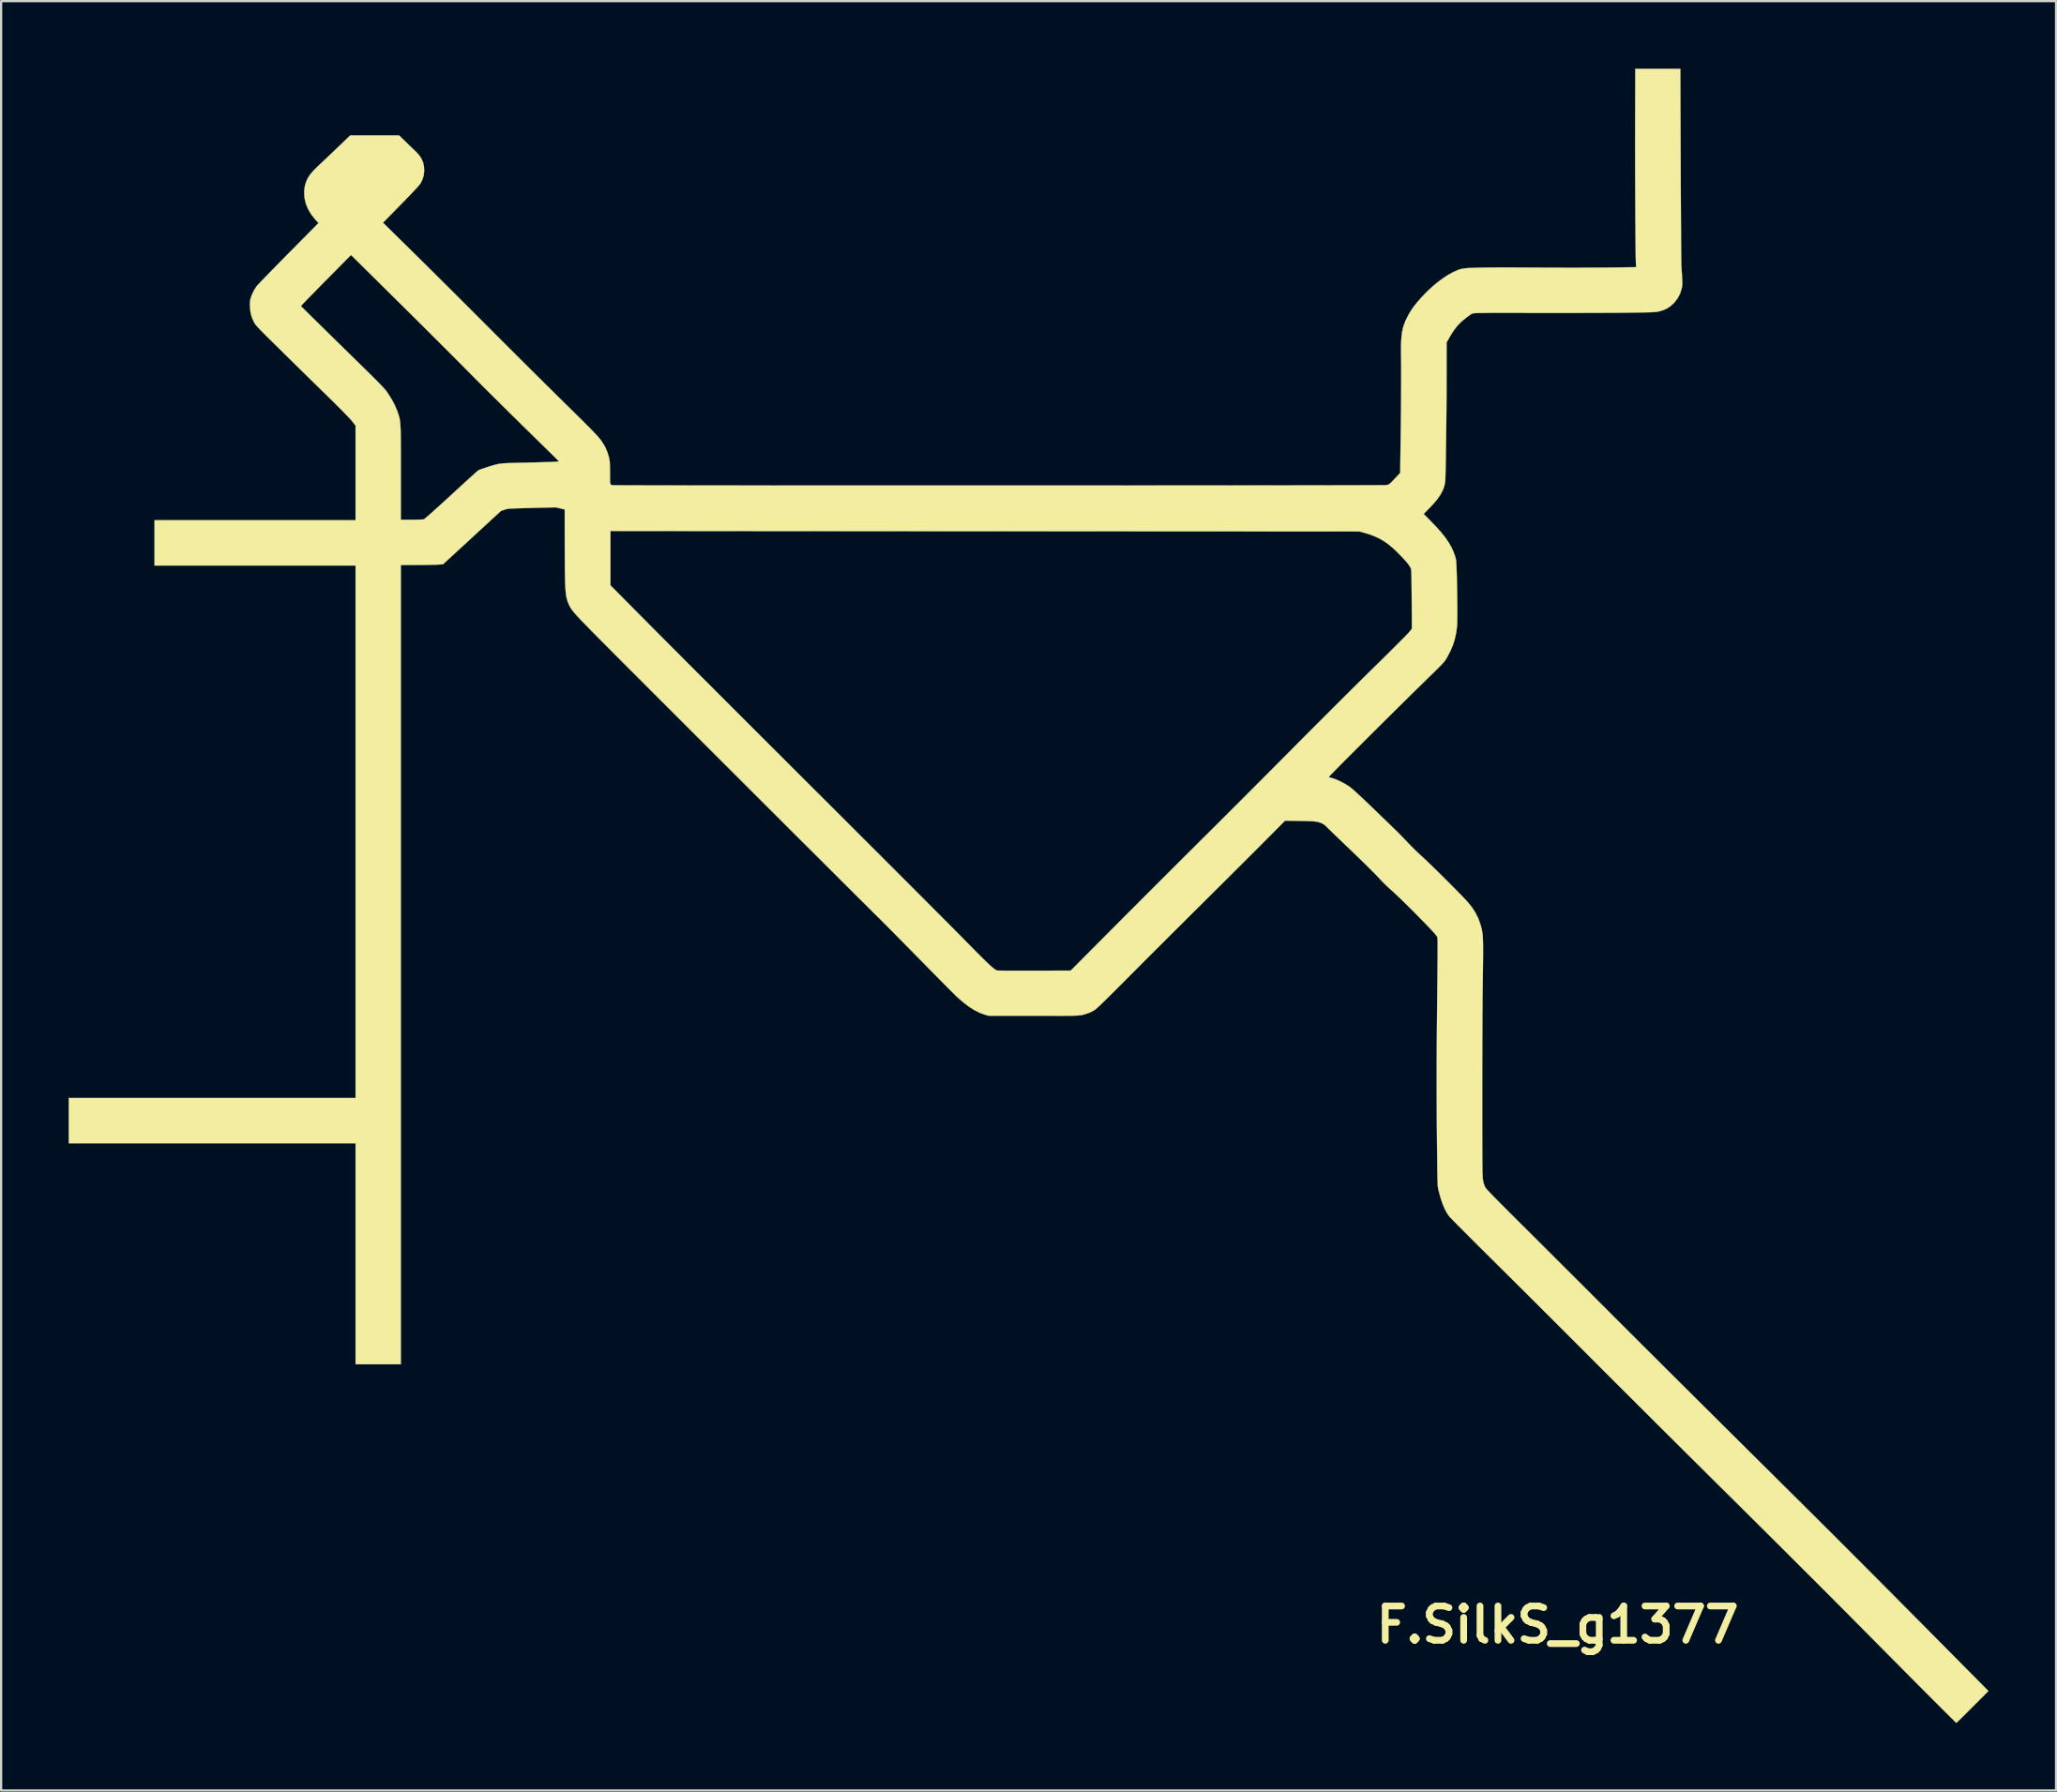
<source format=kicad_pcb>
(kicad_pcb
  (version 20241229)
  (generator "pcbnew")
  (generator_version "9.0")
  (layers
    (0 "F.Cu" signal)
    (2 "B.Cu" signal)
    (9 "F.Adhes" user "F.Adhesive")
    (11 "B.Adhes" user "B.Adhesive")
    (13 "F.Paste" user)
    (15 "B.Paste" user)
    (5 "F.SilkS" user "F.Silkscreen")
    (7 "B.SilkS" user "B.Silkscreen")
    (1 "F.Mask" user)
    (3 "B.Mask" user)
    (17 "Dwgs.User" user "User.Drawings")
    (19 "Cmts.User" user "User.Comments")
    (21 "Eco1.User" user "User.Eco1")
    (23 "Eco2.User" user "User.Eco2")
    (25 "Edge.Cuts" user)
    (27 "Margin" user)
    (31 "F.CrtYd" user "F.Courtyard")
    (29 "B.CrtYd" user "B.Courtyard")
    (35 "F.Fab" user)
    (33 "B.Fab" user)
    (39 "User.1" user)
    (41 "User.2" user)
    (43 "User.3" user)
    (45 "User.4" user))
  (footprint "F.SilkS_g1377"
    (layer "F.Cu")
    (at 66.151 69.156)
    (property "Reference" "F.SilkS_g1377" (at 0 0 0) (layer "F.SilkS") (effects (font (size 1.524 1.524) (thickness 0.3))))
    (attr through_hole)
    (fp_poly (pts (xy 5.469 -64.892) (xy 5.47 -64.466) (xy 5.472 -64.049) (xy 5.474 -63.643) (xy 5.476 -63.25) (xy 5.478 -62.872) (xy 5.48 -62.512) (xy 5.482 -62.172) (xy 5.484 -61.854) (xy 5.486 -61.56) (xy 5.489 -61.292) (xy 5.491 -61.053) (xy 5.493 -60.844) (xy 5.495 -60.668) (xy 5.497 -60.527) (xy 5.5 -60.424) (xy 5.502 -60.359) (xy 5.502 -60.346) (xy 5.516 -60.143) (xy 5.526 -59.977) (xy 5.534 -59.843) (xy 5.539 -59.736) (xy 5.542 -59.652) (xy 5.542 -59.586) (xy 5.539 -59.532) (xy 5.534 -59.485) (xy 5.527 -59.442) (xy 5.517 -59.395) (xy 5.515 -59.386) (xy 5.443 -59.158) (xy 5.334 -58.949) (xy 5.187 -58.76) (xy 5.145 -58.716) (xy 5.005 -58.592) (xy 4.86 -58.497) (xy 4.698 -58.424) (xy 4.54 -58.375) (xy 4.501 -58.365) (xy 4.461 -58.356) (xy 4.417 -58.349) (xy 4.365 -58.343) (xy 4.3 -58.338) (xy 4.219 -58.333) (xy 4.119 -58.329) (xy 3.995 -58.326) (xy 3.843 -58.322) (xy 3.66 -58.319) (xy 3.442 -58.315) (xy 3.217 -58.312) (xy 3.05 -58.309) (xy 2.845 -58.307) (xy 2.605 -58.305) (xy 2.334 -58.304) (xy 2.036 -58.302) (xy 1.716 -58.301) (xy 1.376 -58.3) (xy 1.022 -58.299) (xy 0.656 -58.298) (xy 0.283 -58.298) (xy -0.094 -58.298) (xy -0.47 -58.298) (xy -0.836 -58.299) (xy -1.246 -58.299) (xy -1.616 -58.3) (xy -1.948 -58.3) (xy -2.244 -58.3) (xy -2.506 -58.3) (xy -2.736 -58.3) (xy -2.936 -58.3) (xy -3.109 -58.299) (xy -3.257 -58.298) (xy -3.381 -58.296) (xy -3.485 -58.295) (xy -3.569 -58.293) (xy -3.636 -58.29) (xy -3.689 -58.287) (xy -3.729 -58.284) (xy -3.758 -58.28) (xy -3.779 -58.276) (xy -3.793 -58.271) (xy -3.801 -58.268) (xy -3.879 -58.219) (xy -3.977 -58.15) (xy -4.085 -58.066) (xy -4.194 -57.978) (xy -4.292 -57.891) (xy -4.342 -57.845) (xy -4.485 -57.687) (xy -4.626 -57.498) (xy -4.768 -57.274) (xy -4.817 -57.189) (xy -4.932 -56.985) (xy -4.932 -55.644) (xy -4.932 -55.36) (xy -4.933 -55.062) (xy -4.934 -54.753) (xy -4.936 -54.436) (xy -4.938 -54.114) (xy -4.941 -53.79) (xy -4.944 -53.468) (xy -4.947 -53.15) (xy -4.951 -52.839) (xy -4.955 -52.538) (xy -4.959 -52.251) (xy -4.963 -51.979) (xy -4.967 -51.728) (xy -4.972 -51.498) (xy -4.976 -51.294) (xy -4.981 -51.119) (xy -4.985 -50.975) (xy -4.99 -50.865) (xy -4.994 -50.793) (xy -4.997 -50.77) (xy -5.036 -50.589) (xy -5.104 -50.409) (xy -5.201 -50.227) (xy -5.33 -50.039) (xy -5.494 -49.84) (xy -5.664 -49.658) (xy -5.95 -49.365) (xy -5.647 -49.061) (xy -5.398 -48.803) (xy -5.183 -48.561) (xy -5.001 -48.334) (xy -4.85 -48.116) (xy -4.726 -47.906) (xy -4.629 -47.698) (xy -4.554 -47.491) (xy -4.517 -47.35) (xy -4.509 -47.298) (xy -4.502 -47.209) (xy -4.495 -47.086) (xy -4.489 -46.935) (xy -4.483 -46.76) (xy -4.477 -46.565) (xy -4.471 -46.355) (xy -4.467 -46.135) (xy -4.462 -45.909) (xy -4.459 -45.682) (xy -4.457 -45.458) (xy -4.455 -45.242) (xy -4.454 -45.039) (xy -4.455 -44.852) (xy -4.456 -44.687) (xy -4.459 -44.548) (xy -4.463 -44.44) (xy -4.467 -44.376) (xy -4.506 -44.079) (xy -4.565 -43.806) (xy -4.647 -43.545) (xy -4.757 -43.284) (xy -4.898 -43.013) (xy -4.905 -43) (xy -4.931 -42.955) (xy -4.956 -42.913) (xy -4.982 -42.873) (xy -5.013 -42.831) (xy -5.051 -42.785) (xy -5.098 -42.731) (xy -5.158 -42.668) (xy -5.232 -42.591) (xy -5.324 -42.499) (xy -5.435 -42.388) (xy -5.57 -42.255) (xy -5.73 -42.099) (xy -5.891 -41.942) (xy -6.094 -41.743) (xy -6.309 -41.532) (xy -6.533 -41.312) (xy -6.765 -41.083) (xy -7.002 -40.849) (xy -7.244 -40.61) (xy -7.487 -40.369) (xy -7.731 -40.127) (xy -7.974 -39.886) (xy -8.212 -39.649) (xy -8.446 -39.416) (xy -8.672 -39.191) (xy -8.89 -38.973) (xy -9.096 -38.767) (xy -9.29 -38.572) (xy -9.47 -38.392) (xy -9.633 -38.228) (xy -9.777 -38.081) (xy -9.902 -37.955) (xy -10.005 -37.849) (xy -10.084 -37.767) (xy -10.138 -37.71) (xy -10.164 -37.681) (xy -10.166 -37.677) (xy -10.138 -37.664) (xy -10.082 -37.646) (xy -10.008 -37.625) (xy -10.006 -37.625) (xy -9.881 -37.583) (xy -9.735 -37.521) (xy -9.578 -37.444) (xy -9.423 -37.358) (xy -9.28 -37.268) (xy -9.181 -37.196) (xy -9.128 -37.152) (xy -9.048 -37.082) (xy -8.946 -36.989) (xy -8.825 -36.878) (xy -8.69 -36.753) (xy -8.545 -36.616) (xy -8.393 -36.472) (xy -8.26 -36.344) (xy -8.034 -36.126) (xy -7.835 -35.934) (xy -7.661 -35.766) (xy -7.509 -35.619) (xy -7.378 -35.491) (xy -7.263 -35.379) (xy -7.162 -35.28) (xy -7.072 -35.191) (xy -6.991 -35.11) (xy -6.916 -35.033) (xy -6.844 -34.959) (xy -6.773 -34.885) (xy -6.699 -34.808) (xy -6.639 -34.744) (xy -6.519 -34.62) (xy -6.386 -34.486) (xy -6.25 -34.354) (xy -6.122 -34.232) (xy -6.011 -34.131) (xy -6.001 -34.121) (xy -5.918 -34.046) (xy -5.81 -33.944) (xy -5.68 -33.82) (xy -5.534 -33.678) (xy -5.374 -33.522) (xy -5.206 -33.357) (xy -5.033 -33.185) (xy -4.86 -33.012) (xy -4.69 -32.842) (xy -4.528 -32.678) (xy -4.378 -32.525) (xy -4.244 -32.387) (xy -4.13 -32.268) (xy -4.04 -32.172) (xy -4.018 -32.147) (xy -3.818 -31.904) (xy -3.656 -31.658) (xy -3.527 -31.402) (xy -3.428 -31.128) (xy -3.398 -31.022) (xy -3.382 -30.957) (xy -3.368 -30.896) (xy -3.355 -30.835) (xy -3.344 -30.77) (xy -3.335 -30.7) (xy -3.328 -30.621) (xy -3.322 -30.531) (xy -3.317 -30.426) (xy -3.314 -30.304) (xy -3.312 -30.162) (xy -3.311 -29.997) (xy -3.312 -29.806) (xy -3.313 -29.586) (xy -3.316 -29.335) (xy -3.319 -29.05) (xy -3.323 -28.727) (xy -3.327 -28.446) (xy -3.329 -28.233) (xy -3.332 -27.988) (xy -3.334 -27.714) (xy -3.336 -27.414) (xy -3.338 -27.092) (xy -3.34 -26.749) (xy -3.341 -26.389) (xy -3.343 -26.015) (xy -3.344 -25.629) (xy -3.345 -25.235) (xy -3.346 -24.835) (xy -3.347 -24.432) (xy -3.347 -24.03) (xy -3.348 -23.631) (xy -3.348 -23.237) (xy -3.348 -22.853) (xy -3.348 -22.48) (xy -3.347 -22.122) (xy -3.347 -21.782) (xy -3.346 -21.462) (xy -3.345 -21.165) (xy -3.344 -20.895) (xy -3.342 -20.654) (xy -3.341 -20.445) (xy -3.339 -20.271) (xy -3.337 -20.134) (xy -3.335 -20.077) (xy -3.329 -19.912) (xy -3.317 -19.78) (xy -3.297 -19.67) (xy -3.269 -19.572) (xy -3.228 -19.476) (xy -3.206 -19.431) (xy -3.185 -19.401) (xy -3.142 -19.35) (xy -3.075 -19.277) (xy -2.983 -19.18) (xy -2.867 -19.059) (xy -2.724 -18.913) (xy -2.555 -18.742) (xy -2.358 -18.544) (xy -2.133 -18.318) (xy -1.879 -18.065) (xy -1.722 -17.909) (xy -1.544 -17.732) (xy -1.339 -17.529) (xy -1.11 -17.3) (xy -0.86 -17.051) (xy -0.591 -16.782) (xy -0.306 -16.498) (xy -0.008 -16.2) (xy 0.301 -15.892) (xy 0.617 -15.577) (xy 0.937 -15.257) (xy 1.26 -14.934) (xy 1.581 -14.613) (xy 1.899 -14.295) (xy 2.21 -13.984) (xy 2.371 -13.823) (xy 2.654 -13.54) (xy 2.964 -13.23) (xy 3.298 -12.896) (xy 3.654 -12.541) (xy 4.027 -12.169) (xy 4.416 -11.782) (xy 4.816 -11.382) (xy 5.226 -10.974) (xy 5.642 -10.56) (xy 6.06 -10.144) (xy 6.479 -9.727) (xy 6.895 -9.314) (xy 7.305 -8.906) (xy 7.706 -8.508) (xy 8.095 -8.122) (xy 8.469 -7.75) (xy 8.583 -7.637) (xy 9.069 -7.155) (xy 9.528 -6.7) (xy 9.961 -6.269) (xy 10.373 -5.86) (xy 10.764 -5.471) (xy 11.139 -5.099) (xy 11.498 -4.741) (xy 11.846 -4.394) (xy 12.185 -4.057) (xy 12.516 -3.726) (xy 12.843 -3.398) (xy 13.169 -3.072) (xy 13.496 -2.745) (xy 13.826 -2.414) (xy 14.162 -2.076) (xy 14.508 -1.729) (xy 14.864 -1.371) (xy 15.234 -0.998) (xy 15.621 -0.608) (xy 16.027 -0.199) (xy 16.455 0.232) (xy 16.906 0.688) (xy 17.028 0.811) (xy 19.142 2.945) (xy 18.435 3.653) (xy 18.292 3.795) (xy 18.159 3.928) (xy 18.037 4.048) (xy 17.931 4.153) (xy 17.843 4.24) (xy 17.776 4.305) (xy 17.733 4.346) (xy 17.716 4.36) (xy 17.7 4.346) (xy 17.656 4.303) (xy 17.587 4.235) (xy 17.494 4.143) (xy 17.38 4.031) (xy 17.248 3.899) (xy 17.098 3.75) (xy 16.935 3.586) (xy 16.758 3.41) (xy 16.572 3.223) (xy 16.435 3.085) (xy 16.252 2.902) (xy 16.043 2.692) (xy 15.811 2.459) (xy 15.56 2.206) (xy 15.294 1.938) (xy 15.016 1.658) (xy 14.729 1.369) (xy 14.437 1.075) (xy 14.144 0.779) (xy 13.853 0.486) (xy 13.568 0.198) (xy 13.292 -0.08) (xy 13.172 -0.201) (xy 12.965 -0.411) (xy 12.729 -0.647) (xy 12.468 -0.909) (xy 12.185 -1.194) (xy 11.881 -1.498) (xy 11.559 -1.82) (xy 11.221 -2.158) (xy 10.87 -2.508) (xy 10.509 -2.869) (xy 10.139 -3.238) (xy 9.763 -3.613) (xy 9.383 -3.991) (xy 9.002 -4.37) (xy 8.623 -4.747) (xy 8.247 -5.12) (xy 7.878 -5.487) (xy 7.517 -5.845) (xy 7.511 -5.851) (xy 7.144 -6.215) (xy 6.765 -6.591) (xy 6.377 -6.977) (xy 5.981 -7.37) (xy 5.582 -7.766) (xy 5.182 -8.165) (xy 4.782 -8.562) (xy 4.387 -8.955) (xy 3.999 -9.343) (xy 3.619 -9.72) (xy 3.252 -10.087) (xy 2.899 -10.439) (xy 2.564 -10.773) (xy 2.248 -11.088) (xy 1.955 -11.381) (xy 1.688 -11.649) (xy 1.492 -11.845) (xy 1.188 -12.15) (xy 0.866 -12.472) (xy 0.529 -12.809) (xy 0.183 -13.155) (xy -0.169 -13.507) (xy -0.524 -13.861) (xy -0.877 -14.213) (xy -1.224 -14.559) (xy -1.562 -14.896) (xy -1.886 -15.219) (xy -2.193 -15.524) (xy -2.479 -15.808) (xy -2.739 -16.066) (xy -2.783 -16.11) (xy -3.024 -16.349) (xy -3.257 -16.581) (xy -3.482 -16.804) (xy -3.695 -17.017) (xy -3.896 -17.218) (xy -4.082 -17.404) (xy -4.251 -17.574) (xy -4.402 -17.726) (xy -4.533 -17.858) (xy -4.641 -17.968) (xy -4.725 -18.055) (xy -4.783 -18.115) (xy -4.813 -18.148) (xy -4.814 -18.149) (xy -4.921 -18.305) (xy -5.023 -18.5) (xy -5.119 -18.731) (xy -5.206 -18.995) (xy -5.285 -19.289) (xy -5.296 -19.336) (xy -5.303 -19.366) (xy -5.309 -19.398) (xy -5.314 -19.433) (xy -5.319 -19.473) (xy -5.324 -19.522) (xy -5.328 -19.581) (xy -5.331 -19.654) (xy -5.334 -19.743) (xy -5.337 -19.849) (xy -5.34 -19.977) (xy -5.343 -20.127) (xy -5.345 -20.304) (xy -5.348 -20.508) (xy -5.35 -20.743) (xy -5.353 -21.012) (xy -5.356 -21.316) (xy -5.359 -21.658) (xy -5.361 -21.907) (xy -5.366 -22.455) (xy -5.369 -22.982) (xy -5.371 -23.496) (xy -5.372 -24.006) (xy -5.372 -24.517) (xy -5.371 -25.039) (xy -5.368 -25.578) (xy -5.364 -26.141) (xy -5.359 -26.737) (xy -5.357 -26.966) (xy -5.353 -27.422) (xy -5.349 -27.836) (xy -5.345 -28.213) (xy -5.342 -28.552) (xy -5.339 -28.857) (xy -5.336 -29.129) (xy -5.334 -29.371) (xy -5.332 -29.583) (xy -5.331 -29.768) (xy -5.33 -29.929) (xy -5.33 -30.065) (xy -5.33 -30.181) (xy -5.33 -30.277) (xy -5.331 -30.356) (xy -5.332 -30.419) (xy -5.334 -30.468) (xy -5.337 -30.506) (xy -5.34 -30.534) (xy -5.343 -30.554) (xy -5.347 -30.567) (xy -5.351 -30.577) (xy -5.356 -30.585) (xy -5.361 -30.592) (xy -5.367 -30.6) (xy -5.373 -30.611) (xy -5.398 -30.646) (xy -5.45 -30.708) (xy -5.527 -30.793) (xy -5.624 -30.899) (xy -5.74 -31.021) (xy -5.87 -31.156) (xy -6.012 -31.302) (xy -6.163 -31.456) (xy -6.319 -31.614) (xy -6.478 -31.773) (xy -6.635 -31.93) (xy -6.789 -32.082) (xy -6.936 -32.225) (xy -7.073 -32.357) (xy -7.197 -32.474) (xy -7.304 -32.574) (xy -7.377 -32.639) (xy -7.484 -32.735) (xy -7.592 -32.835) (xy -7.692 -32.931) (xy -7.775 -33.014) (xy -7.818 -33.06) (xy -7.904 -33.154) (xy -8.002 -33.257) (xy -8.113 -33.373) (xy -8.241 -33.502) (xy -8.387 -33.648) (xy -8.554 -33.812) (xy -8.744 -33.997) (xy -8.958 -34.204) (xy -9.201 -34.438) (xy -9.366 -34.596) (xy -9.528 -34.752) (xy -9.683 -34.9) (xy -9.827 -35.039) (xy -9.957 -35.164) (xy -10.071 -35.274) (xy -10.165 -35.365) (xy -10.237 -35.435) (xy -10.282 -35.48) (xy -10.298 -35.496) (xy -10.385 -35.57) (xy -10.497 -35.629) (xy -10.641 -35.676) (xy -10.651 -35.679) (xy -10.702 -35.689) (xy -10.769 -35.698) (xy -10.854 -35.705) (xy -10.964 -35.711) (xy -11.104 -35.716) (xy -11.277 -35.72) (xy -11.446 -35.723) (xy -12.108 -35.734) (xy -13.118 -34.718) (xy -13.274 -34.562) (xy -13.455 -34.38) (xy -13.66 -34.176) (xy -13.884 -33.952) (xy -14.124 -33.712) (xy -14.377 -33.46) (xy -14.638 -33.199) (xy -14.905 -32.934) (xy -15.174 -32.667) (xy -15.441 -32.401) (xy -15.702 -32.141) (xy -15.918 -31.927) (xy -16.183 -31.664) (xy -16.463 -31.386) (xy -16.754 -31.096) (xy -17.052 -30.799) (xy -17.352 -30.5) (xy -17.65 -30.203) (xy -17.942 -29.911) (xy -18.224 -29.63) (xy -18.49 -29.363) (xy -18.737 -29.115) (xy -18.961 -28.89) (xy -19.072 -28.778) (xy -19.326 -28.523) (xy -19.559 -28.29) (xy -19.77 -28.079) (xy -19.959 -27.892) (xy -20.125 -27.73) (xy -20.265 -27.593) (xy -20.38 -27.483) (xy -20.469 -27.401) (xy -20.53 -27.347) (xy -20.558 -27.325) (xy -20.765 -27.214) (xy -21.004 -27.13) (xy -21.127 -27.1) (xy -21.159 -27.093) (xy -21.194 -27.088) (xy -21.235 -27.083) (xy -21.284 -27.078) (xy -21.344 -27.075) (xy -21.418 -27.072) (xy -21.508 -27.069) (xy -21.618 -27.067) (xy -21.749 -27.065) (xy -21.906 -27.064) (xy -22.089 -27.063) (xy -22.304 -27.062) (xy -22.551 -27.062) (xy -22.834 -27.062) (xy -23.156 -27.062) (xy -23.283 -27.062) (xy -25.262 -27.062) (xy -25.432 -27.109) (xy -25.67 -27.195) (xy -25.915 -27.318) (xy -26.168 -27.48) (xy -26.431 -27.682) (xy -26.653 -27.877) (xy -26.699 -27.92) (xy -26.772 -27.992) (xy -26.869 -28.089) (xy -26.99 -28.209) (xy -27.13 -28.35) (xy -27.288 -28.509) (xy -27.462 -28.684) (xy -27.648 -28.873) (xy -27.845 -29.072) (xy -28.051 -29.281) (xy -28.262 -29.496) (xy -28.366 -29.602) (xy -28.581 -29.821) (xy -28.793 -30.036) (xy -28.998 -30.245) (xy -29.195 -30.444) (xy -29.381 -30.633) (xy -29.553 -30.807) (xy -29.709 -30.965) (xy -29.847 -31.104) (xy -29.964 -31.221) (xy -30.057 -31.315) (xy -30.124 -31.381) (xy -30.144 -31.401) (xy -30.193 -31.449) (xy -30.271 -31.526) (xy -30.377 -31.631) (xy -30.508 -31.761) (xy -30.664 -31.917) (xy -30.844 -32.095) (xy -31.046 -32.296) (xy -31.268 -32.518) (xy -31.51 -32.759) (xy -31.77 -33.018) (xy -32.047 -33.295) (xy -32.34 -33.586) (xy -32.647 -33.893) (xy -32.967 -34.212) (xy -33.299 -34.543) (xy -33.641 -34.884) (xy -33.992 -35.234) (xy -34.351 -35.592) (xy -34.716 -35.957) (xy -35.087 -36.327) (xy -35.461 -36.701) (xy -35.838 -37.077) (xy -36.216 -37.455) (xy -36.594 -37.833) (xy -36.971 -38.209) (xy -37.345 -38.583) (xy -37.715 -38.952) (xy -38.08 -39.317) (xy -38.439 -39.675) (xy -38.789 -40.025) (xy -39.13 -40.366) (xy -39.461 -40.697) (xy -39.78 -41.016) (xy -40.086 -41.322) (xy -40.378 -41.614) (xy -40.653 -41.89) (xy -40.912 -42.149) (xy -41.153 -42.389) (xy -41.374 -42.611) (xy -41.574 -42.811) (xy -41.752 -42.989) (xy -41.906 -43.144) (xy -42.022 -43.261) (xy -42.289 -43.53) (xy -42.529 -43.771) (xy -42.742 -43.986) (xy -42.931 -44.177) (xy -43.096 -44.346) (xy -43.24 -44.494) (xy -43.365 -44.623) (xy -43.471 -44.735) (xy -43.562 -44.833) (xy -43.638 -44.918) (xy -43.701 -44.991) (xy -43.753 -45.056) (xy -43.796 -45.113) (xy -43.832 -45.164) (xy -43.861 -45.212) (xy -43.887 -45.258) (xy -43.91 -45.305) (xy -43.932 -45.353) (xy -43.935 -45.36) (xy -43.962 -45.424) (xy -43.986 -45.489) (xy -44.008 -45.557) (xy -44.027 -45.632) (xy -44.043 -45.715) (xy -44.057 -45.809) (xy -44.069 -45.918) (xy -44.079 -46.044) (xy -44.088 -46.19) (xy -44.094 -46.358) (xy -44.099 -46.551) (xy -44.103 -46.772) (xy -44.106 -47.024) (xy -44.108 -47.309) (xy -44.109 -47.63) (xy -44.11 -47.99) (xy -44.11 -48.113) (xy -44.111 -48.609) (xy -42.079 -48.609) (xy -42.079 -46.193) (xy -40.18 -44.279) (xy -40.017 -44.115) (xy -39.826 -43.923) (xy -39.608 -43.704) (xy -39.365 -43.46) (xy -39.098 -43.193) (xy -38.81 -42.904) (xy -38.501 -42.594) (xy -38.174 -42.267) (xy -37.829 -41.922) (xy -37.469 -41.562) (xy -37.095 -41.188) (xy -36.709 -40.802) (xy -36.313 -40.405) (xy -35.907 -40) (xy -35.494 -39.587) (xy -35.076 -39.169) (xy -34.653 -38.747) (xy -34.228 -38.322) (xy -33.802 -37.896) (xy -33.376 -37.472) (xy -32.953 -37.049) (xy -32.881 -36.978) (xy -32.469 -36.567) (xy -32.06 -36.158) (xy -31.654 -35.753) (xy -31.254 -35.353) (xy -30.86 -34.959) (xy -30.474 -34.573) (xy -30.097 -34.197) (xy -29.73 -33.83) (xy -29.375 -33.475) (xy -29.034 -33.133) (xy -28.707 -32.806) (xy -28.395 -32.494) (xy -28.101 -32.199) (xy -27.826 -31.923) (xy -27.57 -31.666) (xy -27.335 -31.431) (xy -27.123 -31.218) (xy -26.935 -31.028) (xy -26.772 -30.864) (xy -26.635 -30.726) (xy -26.527 -30.616) (xy -26.476 -30.565) (xy -26.232 -30.315) (xy -26.014 -30.095) (xy -25.823 -29.901) (xy -25.655 -29.733) (xy -25.509 -29.589) (xy -25.384 -29.467) (xy -25.276 -29.365) (xy -25.186 -29.282) (xy -25.11 -29.215) (xy -25.046 -29.164) (xy -24.994 -29.126) (xy -24.952 -29.099) (xy -24.916 -29.083) (xy -24.892 -29.076) (xy -24.863 -29.074) (xy -24.795 -29.073) (xy -24.691 -29.072) (xy -24.555 -29.07) (xy -24.39 -29.07) (xy -24.2 -29.069) (xy -23.989 -29.068) (xy -23.758 -29.068) (xy -23.513 -29.068) (xy -23.255 -29.069) (xy -23.236 -29.069) (xy -21.632 -29.072) (xy -19.574 -31.139) (xy -19.287 -31.427) (xy -18.982 -31.733) (xy -18.662 -32.053) (xy -18.333 -32.383) (xy -17.998 -32.718) (xy -17.661 -33.055) (xy -17.327 -33.388) (xy -17.001 -33.714) (xy -16.686 -34.029) (xy -16.386 -34.327) (xy -16.107 -34.605) (xy -15.852 -34.859) (xy -15.78 -34.931) (xy -15.545 -35.164) (xy -15.284 -35.424) (xy -15.001 -35.706) (xy -14.7 -36.007) (xy -14.384 -36.323) (xy -14.057 -36.649) (xy -13.724 -36.983) (xy -13.388 -37.32) (xy -13.052 -37.657) (xy -12.721 -37.989) (xy -12.399 -38.313) (xy -12.089 -38.625) (xy -11.8 -38.915) (xy -11.514 -39.204) (xy -11.216 -39.503) (xy -10.91 -39.81) (xy -10.599 -40.121) (xy -10.288 -40.432) (xy -9.979 -40.741) (xy -9.675 -41.044) (xy -9.381 -41.337) (xy -9.099 -41.618) (xy -8.832 -41.883) (xy -8.584 -42.128) (xy -8.359 -42.35) (xy -8.159 -42.547) (xy -8.12 -42.585) (xy -7.912 -42.79) (xy -7.71 -42.989) (xy -7.517 -43.18) (xy -7.336 -43.36) (xy -7.169 -43.527) (xy -7.018 -43.678) (xy -6.885 -43.812) (xy -6.772 -43.927) (xy -6.683 -44.019) (xy -6.619 -44.086) (xy -6.582 -44.127) (xy -6.578 -44.133) (xy -6.473 -44.27) (xy -6.481 -45.582) (xy -6.483 -45.852) (xy -6.485 -46.083) (xy -6.487 -46.278) (xy -6.489 -46.44) (xy -6.491 -46.573) (xy -6.494 -46.68) (xy -6.497 -46.764) (xy -6.501 -46.829) (xy -6.505 -46.878) (xy -6.511 -46.914) (xy -6.517 -46.94) (xy -6.524 -46.959) (xy -6.529 -46.969) (xy -6.569 -47.04) (xy -6.62 -47.115) (xy -6.684 -47.198) (xy -6.767 -47.294) (xy -6.871 -47.407) (xy -7.001 -47.543) (xy -7.058 -47.601) (xy -7.273 -47.811) (xy -7.478 -47.987) (xy -7.68 -48.134) (xy -7.888 -48.259) (xy -8.11 -48.364) (xy -8.354 -48.457) (xy -8.594 -48.53) (xy -8.795 -48.587) (xy -19.685 -48.593) (xy -20.418 -48.593) (xy -21.163 -48.594) (xy -21.918 -48.594) (xy -22.681 -48.595) (xy -23.449 -48.595) (xy -24.221 -48.595) (xy -24.993 -48.596) (xy -25.764 -48.596) (xy -26.531 -48.597) (xy -27.292 -48.597) (xy -28.045 -48.598) (xy -28.787 -48.598) (xy -29.516 -48.599) (xy -30.23 -48.599) (xy -30.927 -48.6) (xy -31.603 -48.6) (xy -32.258 -48.601) (xy -32.887 -48.601) (xy -33.491 -48.602) (xy -34.065 -48.602) (xy -34.607 -48.603) (xy -35.116 -48.603) (xy -35.589 -48.603) (xy -36.024 -48.604) (xy -36.327 -48.604) (xy -42.079 -48.609) (xy -44.111 -48.609) (xy -44.111 -49.564) (xy -44.511 -49.66) (xy -45.574 -49.633) (xy -45.813 -49.627) (xy -46.014 -49.622) (xy -46.181 -49.617) (xy -46.317 -49.613) (xy -46.427 -49.608) (xy -46.514 -49.603) (xy -46.583 -49.598) (xy -46.637 -49.592) (xy -46.68 -49.585) (xy -46.717 -49.576) (xy -46.751 -49.566) (xy -46.787 -49.554) (xy -46.792 -49.552) (xy -46.947 -49.498) (xy -48.233 -48.313) (xy -49.519 -47.128) (xy -49.773 -47.114) (xy -49.86 -47.11) (xy -49.98 -47.107) (xy -50.128 -47.104) (xy -50.294 -47.101) (xy -50.472 -47.099) (xy -50.653 -47.098) (xy -50.71 -47.098) (xy -51.393 -47.096) (xy -51.393 -11.578) (xy -53.404 -11.578) (xy -53.404 -21.399) (xy -66.146 -21.399) (xy -66.146 -23.41) (xy -53.404 -23.41) (xy -53.404 -47.075) (xy -62.336 -47.075) (xy -62.336 -49.086) (xy -53.404 -49.086) (xy -53.404 -51.19) (xy -53.404 -53.295) (xy -53.572 -53.504) (xy -53.621 -53.561) (xy -53.697 -53.644) (xy -53.798 -53.749) (xy -53.919 -53.874) (xy -54.057 -54.015) (xy -54.21 -54.168) (xy -54.373 -54.331) (xy -54.544 -54.499) (xy -54.593 -54.547) (xy -54.755 -54.706) (xy -54.943 -54.889) (xy -55.15 -55.093) (xy -55.373 -55.311) (xy -55.605 -55.539) (xy -55.843 -55.773) (xy -56.081 -56.007) (xy -56.314 -56.236) (xy -56.537 -56.455) (xy -56.645 -56.562) (xy -56.863 -56.777) (xy -57.054 -56.964) (xy -57.218 -57.126) (xy -57.358 -57.266) (xy -57.477 -57.384) (xy -57.576 -57.484) (xy -57.657 -57.567) (xy -57.723 -57.636) (xy -57.775 -57.693) (xy -57.816 -57.741) (xy -57.848 -57.781) (xy -57.873 -57.815) (xy -57.892 -57.846) (xy -57.909 -57.876) (xy -57.925 -57.908) (xy -57.93 -57.917) (xy -57.999 -58.074) (xy -58.047 -58.219) (xy -58.077 -58.371) (xy -58.094 -58.545) (xy -58.095 -58.568) (xy -58.097 -58.606) (xy -55.832 -58.606) (xy -55.816 -58.589) (xy -55.772 -58.545) (xy -55.702 -58.475) (xy -55.607 -58.38) (xy -55.489 -58.263) (xy -55.35 -58.126) (xy -55.191 -57.97) (xy -55.015 -57.797) (xy -54.824 -57.609) (xy -54.619 -57.407) (xy -54.402 -57.194) (xy -54.175 -56.972) (xy -53.975 -56.776) (xy -53.7 -56.507) (xy -53.453 -56.265) (xy -53.233 -56.049) (xy -53.039 -55.858) (xy -52.867 -55.689) (xy -52.717 -55.541) (xy -52.588 -55.412) (xy -52.476 -55.301) (xy -52.38 -55.204) (xy -52.3 -55.121) (xy -52.232 -55.051) (xy -52.175 -54.99) (xy -52.128 -54.938) (xy -52.089 -54.892) (xy -52.056 -54.851) (xy -52.027 -54.813) (xy -52 -54.776) (xy -51.975 -54.739) (xy -51.948 -54.699) (xy -51.946 -54.697) (xy -51.786 -54.439) (xy -51.657 -54.195) (xy -51.556 -53.955) (xy -51.522 -53.859) (xy -51.502 -53.797) (xy -51.483 -53.74) (xy -51.467 -53.685) (xy -51.453 -53.63) (xy -51.441 -53.571) (xy -51.431 -53.507) (xy -51.422 -53.433) (xy -51.415 -53.348) (xy -51.409 -53.248) (xy -51.404 -53.132) (xy -51.4 -52.995) (xy -51.397 -52.836) (xy -51.395 -52.651) (xy -51.394 -52.438) (xy -51.393 -52.195) (xy -51.393 -51.917) (xy -51.393 -51.603) (xy -51.393 -51.25) (xy -51.393 -51.197) (xy -51.393 -49.107) (xy -50.911 -49.109) (xy -50.769 -49.11) (xy -50.639 -49.113) (xy -50.528 -49.116) (xy -50.441 -49.119) (xy -50.387 -49.123) (xy -50.375 -49.125) (xy -50.35 -49.142) (xy -50.296 -49.185) (xy -50.215 -49.254) (xy -50.109 -49.346) (xy -49.981 -49.46) (xy -49.833 -49.593) (xy -49.666 -49.744) (xy -49.482 -49.911) (xy -49.285 -50.091) (xy -49.155 -50.21) (xy -48.967 -50.383) (xy -48.787 -50.549) (xy -48.618 -50.704) (xy -48.462 -50.846) (xy -48.322 -50.973) (xy -48.2 -51.083) (xy -48.1 -51.173) (xy -48.023 -51.242) (xy -47.972 -51.286) (xy -47.949 -51.304) (xy -47.949 -51.305) (xy -47.901 -51.326) (xy -47.821 -51.356) (xy -47.718 -51.392) (xy -47.602 -51.431) (xy -47.481 -51.47) (xy -47.364 -51.507) (xy -47.261 -51.537) (xy -47.18 -51.559) (xy -47.17 -51.561) (xy -47.113 -51.574) (xy -47.059 -51.585) (xy -47.005 -51.595) (xy -46.947 -51.603) (xy -46.879 -51.61) (xy -46.8 -51.616) (xy -46.703 -51.621) (xy -46.586 -51.626) (xy -46.444 -51.631) (xy -46.274 -51.635) (xy -46.071 -51.641) (xy -45.832 -51.646) (xy -45.72 -51.649) (xy -45.507 -51.654) (xy -45.303 -51.659) (xy -45.111 -51.664) (xy -44.937 -51.669) (xy -44.786 -51.674) (xy -44.663 -51.679) (xy -44.571 -51.683) (xy -44.517 -51.686) (xy -44.516 -51.686) (xy -44.36 -51.7) (xy -45.998 -53.308) (xy -46.239 -53.546) (xy -46.487 -53.79) (xy -46.737 -54.037) (xy -46.986 -54.284) (xy -47.231 -54.527) (xy -47.468 -54.762) (xy -47.694 -54.987) (xy -47.905 -55.198) (xy -48.097 -55.391) (xy -48.267 -55.562) (xy -48.412 -55.709) (xy -48.461 -55.758) (xy -48.578 -55.877) (xy -48.722 -56.023) (xy -48.892 -56.193) (xy -49.083 -56.385) (xy -49.294 -56.596) (xy -49.522 -56.824) (xy -49.764 -57.066) (xy -50.017 -57.318) (xy -50.279 -57.579) (xy -50.547 -57.846) (xy -50.819 -58.116) (xy -51.092 -58.387) (xy -51.363 -58.656) (xy -51.446 -58.737) (xy -53.605 -60.875) (xy -54.72 -59.748) (xy -54.9 -59.567) (xy -55.07 -59.394) (xy -55.229 -59.232) (xy -55.374 -59.084) (xy -55.504 -58.951) (xy -55.615 -58.836) (xy -55.706 -58.742) (xy -55.774 -58.671) (xy -55.816 -58.624) (xy -55.832 -58.606) (xy -55.832 -58.606) (xy -58.097 -58.606) (xy -58.099 -58.695) (xy -58.095 -58.795) (xy -58.082 -58.882) (xy -58.072 -58.928) (xy -58.01 -59.11) (xy -57.922 -59.294) (xy -57.818 -59.46) (xy -57.796 -59.49) (xy -57.767 -59.524) (xy -57.71 -59.585) (xy -57.628 -59.672) (xy -57.523 -59.781) (xy -57.398 -59.911) (xy -57.254 -60.059) (xy -57.095 -60.222) (xy -56.922 -60.399) (xy -56.738 -60.586) (xy -56.545 -60.782) (xy -56.375 -60.955) (xy -55.05 -62.294) (xy -55.169 -62.422) (xy -55.355 -62.65) (xy -55.5 -62.885) (xy -55.604 -63.127) (xy -55.666 -63.376) (xy -55.684 -63.544) (xy -55.683 -63.76) (xy -55.654 -63.954) (xy -55.595 -64.14) (xy -55.554 -64.232) (xy -55.514 -64.311) (xy -55.467 -64.387) (xy -55.41 -64.465) (xy -55.339 -64.55) (xy -55.251 -64.646) (xy -55.141 -64.757) (xy -55.007 -64.887) (xy -54.871 -65.015) (xy -54.733 -65.145) (xy -54.576 -65.294) (xy -54.41 -65.451) (xy -54.248 -65.605) (xy -54.1 -65.747) (xy -54.054 -65.791) (xy -53.642 -66.188) (xy -51.469 -66.188) (xy -51.191 -65.918) (xy -51.086 -65.816) (xy -50.976 -65.709) (xy -50.87 -65.608) (xy -50.779 -65.521) (xy -50.735 -65.479) (xy -50.588 -65.321) (xy -50.479 -65.161) (xy -50.406 -64.993) (xy -50.366 -64.809) (xy -50.356 -64.63) (xy -50.374 -64.424) (xy -50.43 -64.231) (xy -50.519 -64.057) (xy -50.556 -64.006) (xy -50.622 -63.928) (xy -50.716 -63.823) (xy -50.84 -63.69) (xy -50.993 -63.529) (xy -51.176 -63.34) (xy -51.389 -63.121) (xy -51.392 -63.118) (xy -52.185 -62.31) (xy -50.895 -61.04) (xy -50.716 -60.864) (xy -50.51 -60.66) (xy -50.282 -60.434) (xy -50.033 -60.187) (xy -49.768 -59.924) (xy -49.49 -59.647) (xy -49.201 -59.36) (xy -48.907 -59.066) (xy -48.609 -58.769) (xy -48.31 -58.471) (xy -48.016 -58.176) (xy -47.728 -57.888) (xy -47.466 -57.626) (xy -47.189 -57.348) (xy -46.903 -57.062) (xy -46.612 -56.771) (xy -46.318 -56.478) (xy -46.025 -56.186) (xy -45.736 -55.898) (xy -45.455 -55.618) (xy -45.184 -55.349) (xy -44.927 -55.094) (xy -44.686 -54.856) (xy -44.466 -54.638) (xy -44.27 -54.444) (xy -44.101 -54.279) (xy -43.851 -54.033) (xy -43.629 -53.815) (xy -43.434 -53.622) (xy -43.263 -53.452) (xy -43.114 -53.303) (xy -42.986 -53.174) (xy -42.876 -53.061) (xy -42.783 -52.964) (xy -42.704 -52.88) (xy -42.638 -52.806) (xy -42.582 -52.741) (xy -42.535 -52.683) (xy -42.493 -52.63) (xy -42.479 -52.61) (xy -42.334 -52.38) (xy -42.221 -52.131) (xy -42.143 -51.873) (xy -42.121 -51.763) (xy -42.114 -51.696) (xy -42.108 -51.596) (xy -42.103 -51.472) (xy -42.1 -51.332) (xy -42.099 -51.186) (xy -42.099 -51.157) (xy -42.099 -51.002) (xy -42.098 -50.883) (xy -42.095 -50.796) (xy -42.089 -50.735) (xy -42.077 -50.696) (xy -42.061 -50.671) (xy -42.037 -50.657) (xy -42.006 -50.648) (xy -41.995 -50.645) (xy -41.969 -50.644) (xy -41.903 -50.643) (xy -41.797 -50.642) (xy -41.652 -50.641) (xy -41.469 -50.64) (xy -41.251 -50.64) (xy -40.997 -50.639) (xy -40.71 -50.638) (xy -40.389 -50.637) (xy -40.038 -50.637) (xy -39.656 -50.636) (xy -39.246 -50.635) (xy -38.808 -50.635) (xy -38.343 -50.634) (xy -37.853 -50.634) (xy -37.339 -50.633) (xy -36.802 -50.633) (xy -36.243 -50.632) (xy -35.664 -50.632) (xy -35.066 -50.632) (xy -34.45 -50.631) (xy -33.817 -50.631) (xy -33.168 -50.631) (xy -32.506 -50.63) (xy -31.83 -50.63) (xy -31.142 -50.63) (xy -30.444 -50.63) (xy -29.736 -50.63) (xy -29.02 -50.63) (xy -28.296 -50.63) (xy -27.567 -50.63) (xy -26.834 -50.63) (xy -26.097 -50.63) (xy -25.358 -50.63) (xy -24.618 -50.63) (xy -23.878 -50.63) (xy -23.14 -50.63) (xy -22.405 -50.63) (xy -21.674 -50.631) (xy -20.947 -50.631) (xy -20.227 -50.631) (xy -19.515 -50.631) (xy -18.812 -50.632) (xy -18.118 -50.632) (xy -17.436 -50.633) (xy -16.766 -50.633) (xy -16.11 -50.633) (xy -15.469 -50.634) (xy -14.844 -50.634) (xy -14.236 -50.635) (xy -13.647 -50.635) (xy -13.078 -50.636) (xy -12.53 -50.637) (xy -12.004 -50.637) (xy -11.501 -50.638) (xy -11.023 -50.639) (xy -10.571 -50.639) (xy -10.146 -50.64) (xy -9.749 -50.641) (xy -9.382 -50.642) (xy -9.045 -50.642) (xy -8.741 -50.643) (xy -8.47 -50.644) (xy -8.233 -50.645) (xy -8.031 -50.646) (xy -7.867 -50.647) (xy -7.74 -50.648) (xy -7.653 -50.649) (xy -7.607 -50.65) (xy -7.599 -50.65) (xy -7.555 -50.66) (xy -7.518 -50.672) (xy -7.481 -50.693) (xy -7.439 -50.726) (xy -7.385 -50.777) (xy -7.314 -50.85) (xy -7.237 -50.93) (xy -6.992 -51.189) (xy -6.965 -53.315) (xy -6.961 -53.637) (xy -6.957 -53.959) (xy -6.954 -54.278) (xy -6.952 -54.589) (xy -6.95 -54.888) (xy -6.949 -55.17) (xy -6.948 -55.432) (xy -6.948 -55.669) (xy -6.949 -55.877) (xy -6.95 -56.051) (xy -6.952 -56.188) (xy -6.952 -56.195) (xy -6.956 -56.484) (xy -6.957 -56.736) (xy -6.953 -56.956) (xy -6.943 -57.147) (xy -6.928 -57.316) (xy -6.906 -57.467) (xy -6.877 -57.605) (xy -6.84 -57.735) (xy -6.794 -57.861) (xy -6.739 -57.989) (xy -6.689 -58.092) (xy -6.595 -58.27) (xy -6.49 -58.439) (xy -6.37 -58.608) (xy -6.228 -58.785) (xy -6.058 -58.979) (xy -6.053 -58.985) (xy -5.819 -59.229) (xy -5.578 -59.456) (xy -5.334 -59.661) (xy -5.091 -59.842) (xy -4.853 -59.997) (xy -4.624 -60.121) (xy -4.409 -60.214) (xy -4.286 -60.252) (xy -4.229 -60.264) (xy -4.155 -60.275) (xy -4.06 -60.285) (xy -3.944 -60.294) (xy -3.804 -60.301) (xy -3.64 -60.307) (xy -3.448 -60.312) (xy -3.227 -60.315) (xy -2.975 -60.318) (xy -2.691 -60.32) (xy -2.372 -60.32) (xy -2.017 -60.32) (xy -1.624 -60.319) (xy -1.191 -60.316) (xy -1.064 -60.316) (xy -0.736 -60.314) (xy -0.395 -60.313) (xy -0.047 -60.312) (xy 0.301 -60.311) (xy 0.644 -60.311) (xy 0.978 -60.311) (xy 1.296 -60.312) (xy 1.592 -60.313) (xy 1.862 -60.314) (xy 2.099 -60.316) (xy 2.262 -60.317) (xy 3.488 -60.332) (xy 3.479 -60.545) (xy 3.476 -60.633) (xy 3.473 -60.76) (xy 3.47 -60.924) (xy 3.468 -61.121) (xy 3.465 -61.349) (xy 3.463 -61.604) (xy 3.46 -61.884) (xy 3.458 -62.186) (xy 3.456 -62.506) (xy 3.454 -62.842) (xy 3.452 -63.191) (xy 3.45 -63.55) (xy 3.449 -63.916) (xy 3.447 -64.286) (xy 3.446 -64.657) (xy 3.445 -65.026) (xy 3.445 -65.39) (xy 3.444 -65.746) (xy 3.444 -66.092) (xy 3.445 -66.424) (xy 3.445 -66.739) (xy 3.446 -66.881) (xy 3.452 -69.151) (xy 5.454 -69.151) (xy 5.469 -64.892)) (stroke (width 0.01) (type solid)) (fill yes) (layer "F.SilkS")))
  (gr_rect
    (start -3 -3)
    (end 88.298 76.522)
    (stroke (width 0.1) (type default))
    (fill no)
    (layer "Edge.Cuts")))
</source>
